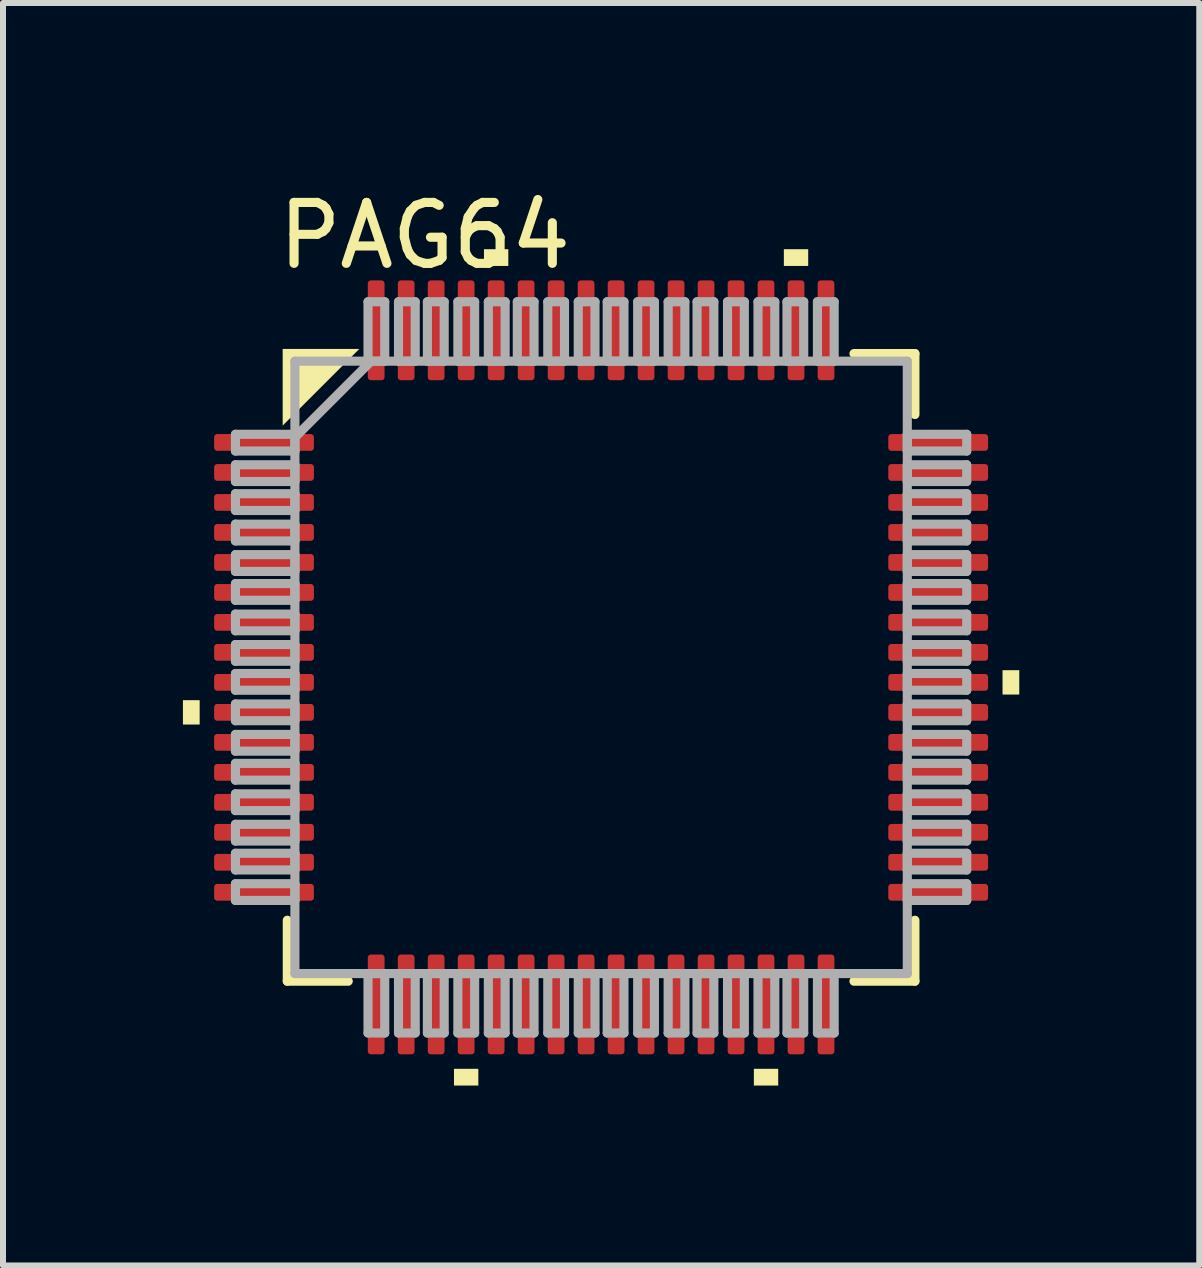
<source format=kicad_pcb>
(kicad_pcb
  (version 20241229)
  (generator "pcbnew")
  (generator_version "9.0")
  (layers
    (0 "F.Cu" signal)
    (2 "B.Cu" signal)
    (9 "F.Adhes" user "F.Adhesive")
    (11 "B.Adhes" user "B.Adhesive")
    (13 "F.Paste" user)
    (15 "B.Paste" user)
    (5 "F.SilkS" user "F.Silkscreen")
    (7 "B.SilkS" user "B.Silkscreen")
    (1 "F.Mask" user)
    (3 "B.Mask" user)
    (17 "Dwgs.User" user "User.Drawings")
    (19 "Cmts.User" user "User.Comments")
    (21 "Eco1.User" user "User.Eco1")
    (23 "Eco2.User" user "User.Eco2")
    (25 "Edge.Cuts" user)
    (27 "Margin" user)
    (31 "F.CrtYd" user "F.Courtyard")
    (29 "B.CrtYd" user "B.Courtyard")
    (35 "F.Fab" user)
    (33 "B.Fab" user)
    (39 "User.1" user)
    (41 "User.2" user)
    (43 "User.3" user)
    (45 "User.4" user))
  (footprint "PAG64"
    (layer "F.Cu")
    (at 6.972 8.077)
    (property "Reference" "PAG64" (at -5.461 -6.604 0) (layer "F.SilkS") (effects (font (size 1.016 1.016) (thickness 0.152)) (justify left bottom)))
    (attr smd)
    (fp_line (start -5.232 4.216) (end -5.232 5.232) (stroke (width 0.152) (type solid)) (layer "F.SilkS"))
    (fp_line (start -5.232 5.232) (end -4.216 5.232) (stroke (width 0.152) (type solid)) (layer "F.SilkS"))
    (fp_line (start 4.216 5.232) (end 5.232 5.232) (stroke (width 0.152) (type solid)) (layer "F.SilkS"))
    (fp_line (start 5.232 -5.232) (end 4.216 -5.232) (stroke (width 0.152) (type solid)) (layer "F.SilkS"))
    (fp_line (start 5.232 -4.216) (end 5.232 -5.232) (stroke (width 0.152) (type solid)) (layer "F.SilkS"))
    (fp_line (start 5.232 5.232) (end 5.232 4.216) (stroke (width 0.152) (type solid)) (layer "F.SilkS"))
    (fp_poly (pts (xy -5.309 -4.032) (xy -5.309 -5.309) (xy -4.032 -5.309)) (stroke (width 0) (type default)) (fill yes) (layer "F.SilkS"))
    (fp_poly (pts (xy -6.693 0.953) (xy -6.972 0.953) (xy -6.972 0.547) (xy -6.693 0.547)) (stroke (width 0) (type default)) (fill yes) (layer "F.SilkS"))
    (fp_poly (pts (xy -2.047 6.972) (xy -2.453 6.972) (xy -2.453 6.693) (xy -2.047 6.693)) (stroke (width 0) (type default)) (fill yes) (layer "F.SilkS"))
    (fp_poly (pts (xy -1.547 -6.693) (xy -1.953 -6.693) (xy -1.953 -6.972) (xy -1.547 -6.972)) (stroke (width 0) (type default)) (fill yes) (layer "F.SilkS"))
    (fp_poly (pts (xy 2.953 6.972) (xy 2.547 6.972) (xy 2.547 6.693) (xy 2.953 6.693)) (stroke (width 0) (type default)) (fill yes) (layer "F.SilkS"))
    (fp_poly (pts (xy 3.453 -6.693) (xy 3.047 -6.693) (xy 3.047 -6.972) (xy 3.453 -6.972)) (stroke (width 0) (type default)) (fill yes) (layer "F.SilkS"))
    (fp_poly (pts (xy 6.972 0.453) (xy 6.693 0.453) (xy 6.693 0.047) (xy 6.972 0.047)) (stroke (width 0) (type default)) (fill yes) (layer "F.SilkS"))
    (fp_line (start -6.096 -3.886) (end -6.096 -3.607) (stroke (width 0.152) (type solid)) (layer "F.Fab"))
    (fp_line (start -6.096 -3.607) (end -5.105 -3.607) (stroke (width 0.152) (type solid)) (layer "F.Fab"))
    (fp_line (start -6.096 -3.378) (end -6.096 -3.099) (stroke (width 0.152) (type solid)) (layer "F.Fab"))
    (fp_line (start -6.096 -3.099) (end -5.105 -3.099) (stroke (width 0.152) (type solid)) (layer "F.Fab"))
    (fp_line (start -6.096 -2.896) (end -6.096 -2.616) (stroke (width 0.152) (type solid)) (layer "F.Fab"))
    (fp_line (start -6.096 -2.616) (end -5.105 -2.616) (stroke (width 0.152) (type solid)) (layer "F.Fab"))
    (fp_line (start -6.096 -2.388) (end -6.096 -2.108) (stroke (width 0.152) (type solid)) (layer "F.Fab"))
    (fp_line (start -6.096 -2.108) (end -5.105 -2.108) (stroke (width 0.152) (type solid)) (layer "F.Fab"))
    (fp_line (start -6.096 -1.88) (end -6.096 -1.6) (stroke (width 0.152) (type solid)) (layer "F.Fab"))
    (fp_line (start -6.096 -1.6) (end -5.105 -1.6) (stroke (width 0.152) (type solid)) (layer "F.Fab"))
    (fp_line (start -6.096 -1.397) (end -6.096 -1.118) (stroke (width 0.152) (type solid)) (layer "F.Fab"))
    (fp_line (start -6.096 -1.118) (end -5.105 -1.118) (stroke (width 0.152) (type solid)) (layer "F.Fab"))
    (fp_line (start -6.096 -0.889) (end -6.096 -0.61) (stroke (width 0.152) (type solid)) (layer "F.Fab"))
    (fp_line (start -6.096 -0.61) (end -5.105 -0.61) (stroke (width 0.152) (type solid)) (layer "F.Fab"))
    (fp_line (start -6.096 -0.381) (end -6.096 -0.102) (stroke (width 0.152) (type solid)) (layer "F.Fab"))
    (fp_line (start -6.096 -0.102) (end -5.105 -0.102) (stroke (width 0.152) (type solid)) (layer "F.Fab"))
    (fp_line (start -6.096 0.102) (end -6.096 0.381) (stroke (width 0.152) (type solid)) (layer "F.Fab"))
    (fp_line (start -6.096 0.381) (end -5.105 0.381) (stroke (width 0.152) (type solid)) (layer "F.Fab"))
    (fp_line (start -6.096 0.61) (end -6.096 0.889) (stroke (width 0.152) (type solid)) (layer "F.Fab"))
    (fp_line (start -6.096 0.889) (end -5.105 0.889) (stroke (width 0.152) (type solid)) (layer "F.Fab"))
    (fp_line (start -6.096 1.118) (end -6.096 1.397) (stroke (width 0.152) (type solid)) (layer "F.Fab"))
    (fp_line (start -6.096 1.397) (end -5.105 1.397) (stroke (width 0.152) (type solid)) (layer "F.Fab"))
    (fp_line (start -6.096 1.6) (end -6.096 1.88) (stroke (width 0.152) (type solid)) (layer "F.Fab"))
    (fp_line (start -6.096 1.88) (end -5.105 1.88) (stroke (width 0.152) (type solid)) (layer "F.Fab"))
    (fp_line (start -6.096 2.108) (end -6.096 2.388) (stroke (width 0.152) (type solid)) (layer "F.Fab"))
    (fp_line (start -6.096 2.388) (end -5.105 2.388) (stroke (width 0.152) (type solid)) (layer "F.Fab"))
    (fp_line (start -6.096 2.616) (end -6.096 2.896) (stroke (width 0.152) (type solid)) (layer "F.Fab"))
    (fp_line (start -6.096 2.896) (end -5.105 2.896) (stroke (width 0.152) (type solid)) (layer "F.Fab"))
    (fp_line (start -6.096 3.099) (end -6.096 3.378) (stroke (width 0.152) (type solid)) (layer "F.Fab"))
    (fp_line (start -6.096 3.378) (end -5.105 3.378) (stroke (width 0.152) (type solid)) (layer "F.Fab"))
    (fp_line (start -6.096 3.607) (end -6.096 3.886) (stroke (width 0.152) (type solid)) (layer "F.Fab"))
    (fp_line (start -6.096 3.886) (end -5.105 3.886) (stroke (width 0.152) (type solid)) (layer "F.Fab"))
    (fp_line (start -5.105 -5.105) (end -5.105 5.105) (stroke (width 0.152) (type solid)) (layer "F.Fab"))
    (fp_line (start -5.105 -3.886) (end -6.096 -3.886) (stroke (width 0.152) (type solid)) (layer "F.Fab"))
    (fp_line (start -5.105 -3.835) (end -5.105 -3.886) (stroke (width 0.152) (type solid)) (layer "F.Fab"))
    (fp_line (start -5.105 -3.835) (end -3.835 -5.105) (stroke (width 0.152) (type solid)) (layer "F.Fab"))
    (fp_line (start -5.105 -3.607) (end -5.105 -3.835) (stroke (width 0.152) (type solid)) (layer "F.Fab"))
    (fp_line (start -5.105 -3.378) (end -6.096 -3.378) (stroke (width 0.152) (type solid)) (layer "F.Fab"))
    (fp_line (start -5.105 -3.099) (end -5.105 -3.378) (stroke (width 0.152) (type solid)) (layer "F.Fab"))
    (fp_line (start -5.105 -2.896) (end -6.096 -2.896) (stroke (width 0.152) (type solid)) (layer "F.Fab"))
    (fp_line (start -5.105 -2.616) (end -5.105 -2.896) (stroke (width 0.152) (type solid)) (layer "F.Fab"))
    (fp_line (start -5.105 -2.388) (end -6.096 -2.388) (stroke (width 0.152) (type solid)) (layer "F.Fab"))
    (fp_line (start -5.105 -2.108) (end -5.105 -2.388) (stroke (width 0.152) (type solid)) (layer "F.Fab"))
    (fp_line (start -5.105 -1.88) (end -6.096 -1.88) (stroke (width 0.152) (type solid)) (layer "F.Fab"))
    (fp_line (start -5.105 -1.6) (end -5.105 -1.88) (stroke (width 0.152) (type solid)) (layer "F.Fab"))
    (fp_line (start -5.105 -1.397) (end -6.096 -1.397) (stroke (width 0.152) (type solid)) (layer "F.Fab"))
    (fp_line (start -5.105 -1.118) (end -5.105 -1.397) (stroke (width 0.152) (type solid)) (layer "F.Fab"))
    (fp_line (start -5.105 -0.889) (end -6.096 -0.889) (stroke (width 0.152) (type solid)) (layer "F.Fab"))
    (fp_line (start -5.105 -0.61) (end -5.105 -0.889) (stroke (width 0.152) (type solid)) (layer "F.Fab"))
    (fp_line (start -5.105 -0.381) (end -6.096 -0.381) (stroke (width 0.152) (type solid)) (layer "F.Fab"))
    (fp_line (start -5.105 -0.102) (end -5.105 -0.381) (stroke (width 0.152) (type solid)) (layer "F.Fab"))
    (fp_line (start -5.105 0.102) (end -6.096 0.102) (stroke (width 0.152) (type solid)) (layer "F.Fab"))
    (fp_line (start -5.105 0.381) (end -5.105 0.102) (stroke (width 0.152) (type solid)) (layer "F.Fab"))
    (fp_line (start -5.105 0.61) (end -6.096 0.61) (stroke (width 0.152) (type solid)) (layer "F.Fab"))
    (fp_line (start -5.105 0.889) (end -5.105 0.61) (stroke (width 0.152) (type solid)) (layer "F.Fab"))
    (fp_line (start -5.105 1.118) (end -6.096 1.118) (stroke (width 0.152) (type solid)) (layer "F.Fab"))
    (fp_line (start -5.105 1.397) (end -5.105 1.118) (stroke (width 0.152) (type solid)) (layer "F.Fab"))
    (fp_line (start -5.105 1.6) (end -6.096 1.6) (stroke (width 0.152) (type solid)) (layer "F.Fab"))
    (fp_line (start -5.105 1.88) (end -5.105 1.6) (stroke (width 0.152) (type solid)) (layer "F.Fab"))
    (fp_line (start -5.105 2.108) (end -6.096 2.108) (stroke (width 0.152) (type solid)) (layer "F.Fab"))
    (fp_line (start -5.105 2.388) (end -5.105 2.108) (stroke (width 0.152) (type solid)) (layer "F.Fab"))
    (fp_line (start -5.105 2.616) (end -6.096 2.616) (stroke (width 0.152) (type solid)) (layer "F.Fab"))
    (fp_line (start -5.105 2.896) (end -5.105 2.616) (stroke (width 0.152) (type solid)) (layer "F.Fab"))
    (fp_line (start -5.105 3.099) (end -6.096 3.099) (stroke (width 0.152) (type solid)) (layer "F.Fab"))
    (fp_line (start -5.105 3.378) (end -5.105 3.099) (stroke (width 0.152) (type solid)) (layer "F.Fab"))
    (fp_line (start -5.105 3.607) (end -6.096 3.607) (stroke (width 0.152) (type solid)) (layer "F.Fab"))
    (fp_line (start -5.105 3.886) (end -5.105 3.607) (stroke (width 0.152) (type solid)) (layer "F.Fab"))
    (fp_line (start -5.105 5.105) (end 5.105 5.105) (stroke (width 0.152) (type solid)) (layer "F.Fab"))
    (fp_line (start -3.886 -6.096) (end -3.886 -5.105) (stroke (width 0.152) (type solid)) (layer "F.Fab"))
    (fp_line (start -3.886 -5.105) (end -3.835 -5.105) (stroke (width 0.152) (type solid)) (layer "F.Fab"))
    (fp_line (start -3.886 5.105) (end -3.886 6.096) (stroke (width 0.152) (type solid)) (layer "F.Fab"))
    (fp_line (start -3.886 6.096) (end -3.607 6.096) (stroke (width 0.152) (type solid)) (layer "F.Fab"))
    (fp_line (start -3.835 -5.105) (end -3.607 -5.105) (stroke (width 0.152) (type solid)) (layer "F.Fab"))
    (fp_line (start -3.607 -6.096) (end -3.886 -6.096) (stroke (width 0.152) (type solid)) (layer "F.Fab"))
    (fp_line (start -3.607 -5.105) (end -3.607 -6.096) (stroke (width 0.152) (type solid)) (layer "F.Fab"))
    (fp_line (start -3.607 5.105) (end -3.886 5.105) (stroke (width 0.152) (type solid)) (layer "F.Fab"))
    (fp_line (start -3.607 6.096) (end -3.607 5.105) (stroke (width 0.152) (type solid)) (layer "F.Fab"))
    (fp_line (start -3.378 -6.096) (end -3.378 -5.105) (stroke (width 0.152) (type solid)) (layer "F.Fab"))
    (fp_line (start -3.378 -5.105) (end -3.099 -5.105) (stroke (width 0.152) (type solid)) (layer "F.Fab"))
    (fp_line (start -3.378 5.105) (end -3.378 6.096) (stroke (width 0.152) (type solid)) (layer "F.Fab"))
    (fp_line (start -3.378 6.096) (end -3.099 6.096) (stroke (width 0.152) (type solid)) (layer "F.Fab"))
    (fp_line (start -3.099 -6.096) (end -3.378 -6.096) (stroke (width 0.152) (type solid)) (layer "F.Fab"))
    (fp_line (start -3.099 -5.105) (end -3.099 -6.096) (stroke (width 0.152) (type solid)) (layer "F.Fab"))
    (fp_line (start -3.099 5.105) (end -3.378 5.105) (stroke (width 0.152) (type solid)) (layer "F.Fab"))
    (fp_line (start -3.099 6.096) (end -3.099 5.105) (stroke (width 0.152) (type solid)) (layer "F.Fab"))
    (fp_line (start -2.896 -6.096) (end -2.896 -5.105) (stroke (width 0.152) (type solid)) (layer "F.Fab"))
    (fp_line (start -2.896 -5.105) (end -2.616 -5.105) (stroke (width 0.152) (type solid)) (layer "F.Fab"))
    (fp_line (start -2.896 5.105) (end -2.896 6.096) (stroke (width 0.152) (type solid)) (layer "F.Fab"))
    (fp_line (start -2.896 6.096) (end -2.616 6.096) (stroke (width 0.152) (type solid)) (layer "F.Fab"))
    (fp_line (start -2.616 -6.096) (end -2.896 -6.096) (stroke (width 0.152) (type solid)) (layer "F.Fab"))
    (fp_line (start -2.616 -5.105) (end -2.616 -6.096) (stroke (width 0.152) (type solid)) (layer "F.Fab"))
    (fp_line (start -2.616 5.105) (end -2.896 5.105) (stroke (width 0.152) (type solid)) (layer "F.Fab"))
    (fp_line (start -2.616 6.096) (end -2.616 5.105) (stroke (width 0.152) (type solid)) (layer "F.Fab"))
    (fp_line (start -2.388 -6.096) (end -2.388 -5.105) (stroke (width 0.152) (type solid)) (layer "F.Fab"))
    (fp_line (start -2.388 -5.105) (end -2.108 -5.105) (stroke (width 0.152) (type solid)) (layer "F.Fab"))
    (fp_line (start -2.388 5.105) (end -2.388 6.096) (stroke (width 0.152) (type solid)) (layer "F.Fab"))
    (fp_line (start -2.388 6.096) (end -2.108 6.096) (stroke (width 0.152) (type solid)) (layer "F.Fab"))
    (fp_line (start -2.108 -6.096) (end -2.388 -6.096) (stroke (width 0.152) (type solid)) (layer "F.Fab"))
    (fp_line (start -2.108 -5.105) (end -2.108 -6.096) (stroke (width 0.152) (type solid)) (layer "F.Fab"))
    (fp_line (start -2.108 5.105) (end -2.388 5.105) (stroke (width 0.152) (type solid)) (layer "F.Fab"))
    (fp_line (start -2.108 6.096) (end -2.108 5.105) (stroke (width 0.152) (type solid)) (layer "F.Fab"))
    (fp_line (start -1.88 -6.096) (end -1.88 -5.105) (stroke (width 0.152) (type solid)) (layer "F.Fab"))
    (fp_line (start -1.88 -5.105) (end -1.6 -5.105) (stroke (width 0.152) (type solid)) (layer "F.Fab"))
    (fp_line (start -1.88 5.105) (end -1.88 6.096) (stroke (width 0.152) (type solid)) (layer "F.Fab"))
    (fp_line (start -1.88 6.096) (end -1.6 6.096) (stroke (width 0.152) (type solid)) (layer "F.Fab"))
    (fp_line (start -1.6 -6.096) (end -1.88 -6.096) (stroke (width 0.152) (type solid)) (layer "F.Fab"))
    (fp_line (start -1.6 -5.105) (end -1.6 -6.096) (stroke (width 0.152) (type solid)) (layer "F.Fab"))
    (fp_line (start -1.6 5.105) (end -1.88 5.105) (stroke (width 0.152) (type solid)) (layer "F.Fab"))
    (fp_line (start -1.6 6.096) (end -1.6 5.105) (stroke (width 0.152) (type solid)) (layer "F.Fab"))
    (fp_line (start -1.397 -6.096) (end -1.397 -5.105) (stroke (width 0.152) (type solid)) (layer "F.Fab"))
    (fp_line (start -1.397 -5.105) (end -1.118 -5.105) (stroke (width 0.152) (type solid)) (layer "F.Fab"))
    (fp_line (start -1.397 5.105) (end -1.397 6.096) (stroke (width 0.152) (type solid)) (layer "F.Fab"))
    (fp_line (start -1.397 6.096) (end -1.118 6.096) (stroke (width 0.152) (type solid)) (layer "F.Fab"))
    (fp_line (start -1.118 -6.096) (end -1.397 -6.096) (stroke (width 0.152) (type solid)) (layer "F.Fab"))
    (fp_line (start -1.118 -5.105) (end -1.118 -6.096) (stroke (width 0.152) (type solid)) (layer "F.Fab"))
    (fp_line (start -1.118 5.105) (end -1.397 5.105) (stroke (width 0.152) (type solid)) (layer "F.Fab"))
    (fp_line (start -1.118 6.096) (end -1.118 5.105) (stroke (width 0.152) (type solid)) (layer "F.Fab"))
    (fp_line (start -0.889 -6.096) (end -0.889 -5.105) (stroke (width 0.152) (type solid)) (layer "F.Fab"))
    (fp_line (start -0.889 -5.105) (end -0.61 -5.105) (stroke (width 0.152) (type solid)) (layer "F.Fab"))
    (fp_line (start -0.889 5.105) (end -0.889 6.096) (stroke (width 0.152) (type solid)) (layer "F.Fab"))
    (fp_line (start -0.889 6.096) (end -0.61 6.096) (stroke (width 0.152) (type solid)) (layer "F.Fab"))
    (fp_line (start -0.61 -6.096) (end -0.889 -6.096) (stroke (width 0.152) (type solid)) (layer "F.Fab"))
    (fp_line (start -0.61 -5.105) (end -0.61 -6.096) (stroke (width 0.152) (type solid)) (layer "F.Fab"))
    (fp_line (start -0.61 5.105) (end -0.889 5.105) (stroke (width 0.152) (type solid)) (layer "F.Fab"))
    (fp_line (start -0.61 6.096) (end -0.61 5.105) (stroke (width 0.152) (type solid)) (layer "F.Fab"))
    (fp_line (start -0.381 -6.096) (end -0.381 -5.105) (stroke (width 0.152) (type solid)) (layer "F.Fab"))
    (fp_line (start -0.381 -5.105) (end -0.102 -5.105) (stroke (width 0.152) (type solid)) (layer "F.Fab"))
    (fp_line (start -0.381 5.105) (end -0.381 6.096) (stroke (width 0.152) (type solid)) (layer "F.Fab"))
    (fp_line (start -0.381 6.096) (end -0.102 6.096) (stroke (width 0.152) (type solid)) (layer "F.Fab"))
    (fp_line (start -0.102 -6.096) (end -0.381 -6.096) (stroke (width 0.152) (type solid)) (layer "F.Fab"))
    (fp_line (start -0.102 -5.105) (end -0.102 -6.096) (stroke (width 0.152) (type solid)) (layer "F.Fab"))
    (fp_line (start -0.102 5.105) (end -0.381 5.105) (stroke (width 0.152) (type solid)) (layer "F.Fab"))
    (fp_line (start -0.102 6.096) (end -0.102 5.105) (stroke (width 0.152) (type solid)) (layer "F.Fab"))
    (fp_line (start 0.102 -6.096) (end 0.102 -5.105) (stroke (width 0.152) (type solid)) (layer "F.Fab"))
    (fp_line (start 0.102 -5.105) (end 0.381 -5.105) (stroke (width 0.152) (type solid)) (layer "F.Fab"))
    (fp_line (start 0.102 5.105) (end 0.102 6.096) (stroke (width 0.152) (type solid)) (layer "F.Fab"))
    (fp_line (start 0.102 6.096) (end 0.381 6.096) (stroke (width 0.152) (type solid)) (layer "F.Fab"))
    (fp_line (start 0.381 -6.096) (end 0.102 -6.096) (stroke (width 0.152) (type solid)) (layer "F.Fab"))
    (fp_line (start 0.381 -5.105) (end 0.381 -6.096) (stroke (width 0.152) (type solid)) (layer "F.Fab"))
    (fp_line (start 0.381 5.105) (end 0.102 5.105) (stroke (width 0.152) (type solid)) (layer "F.Fab"))
    (fp_line (start 0.381 6.096) (end 0.381 5.105) (stroke (width 0.152) (type solid)) (layer "F.Fab"))
    (fp_line (start 0.61 -6.096) (end 0.61 -5.105) (stroke (width 0.152) (type solid)) (layer "F.Fab"))
    (fp_line (start 0.61 -5.105) (end 0.889 -5.105) (stroke (width 0.152) (type solid)) (layer "F.Fab"))
    (fp_line (start 0.61 5.105) (end 0.61 6.096) (stroke (width 0.152) (type solid)) (layer "F.Fab"))
    (fp_line (start 0.61 6.096) (end 0.889 6.096) (stroke (width 0.152) (type solid)) (layer "F.Fab"))
    (fp_line (start 0.889 -6.096) (end 0.61 -6.096) (stroke (width 0.152) (type solid)) (layer "F.Fab"))
    (fp_line (start 0.889 -5.105) (end 0.889 -6.096) (stroke (width 0.152) (type solid)) (layer "F.Fab"))
    (fp_line (start 0.889 5.105) (end 0.61 5.105) (stroke (width 0.152) (type solid)) (layer "F.Fab"))
    (fp_line (start 0.889 6.096) (end 0.889 5.105) (stroke (width 0.152) (type solid)) (layer "F.Fab"))
    (fp_line (start 1.118 -6.096) (end 1.118 -5.105) (stroke (width 0.152) (type solid)) (layer "F.Fab"))
    (fp_line (start 1.118 -5.105) (end 1.397 -5.105) (stroke (width 0.152) (type solid)) (layer "F.Fab"))
    (fp_line (start 1.118 5.105) (end 1.118 6.096) (stroke (width 0.152) (type solid)) (layer "F.Fab"))
    (fp_line (start 1.118 6.096) (end 1.397 6.096) (stroke (width 0.152) (type solid)) (layer "F.Fab"))
    (fp_line (start 1.397 -6.096) (end 1.118 -6.096) (stroke (width 0.152) (type solid)) (layer "F.Fab"))
    (fp_line (start 1.397 -5.105) (end 1.397 -6.096) (stroke (width 0.152) (type solid)) (layer "F.Fab"))
    (fp_line (start 1.397 5.105) (end 1.118 5.105) (stroke (width 0.152) (type solid)) (layer "F.Fab"))
    (fp_line (start 1.397 6.096) (end 1.397 5.105) (stroke (width 0.152) (type solid)) (layer "F.Fab"))
    (fp_line (start 1.6 -6.096) (end 1.6 -5.105) (stroke (width 0.152) (type solid)) (layer "F.Fab"))
    (fp_line (start 1.6 -5.105) (end 1.88 -5.105) (stroke (width 0.152) (type solid)) (layer "F.Fab"))
    (fp_line (start 1.6 5.105) (end 1.6 6.096) (stroke (width 0.152) (type solid)) (layer "F.Fab"))
    (fp_line (start 1.6 6.096) (end 1.88 6.096) (stroke (width 0.152) (type solid)) (layer "F.Fab"))
    (fp_line (start 1.88 -6.096) (end 1.6 -6.096) (stroke (width 0.152) (type solid)) (layer "F.Fab"))
    (fp_line (start 1.88 -5.105) (end 1.88 -6.096) (stroke (width 0.152) (type solid)) (layer "F.Fab"))
    (fp_line (start 1.88 5.105) (end 1.6 5.105) (stroke (width 0.152) (type solid)) (layer "F.Fab"))
    (fp_line (start 1.88 6.096) (end 1.88 5.105) (stroke (width 0.152) (type solid)) (layer "F.Fab"))
    (fp_line (start 2.108 -6.096) (end 2.108 -5.105) (stroke (width 0.152) (type solid)) (layer "F.Fab"))
    (fp_line (start 2.108 -5.105) (end 2.388 -5.105) (stroke (width 0.152) (type solid)) (layer "F.Fab"))
    (fp_line (start 2.108 5.105) (end 2.108 6.096) (stroke (width 0.152) (type solid)) (layer "F.Fab"))
    (fp_line (start 2.108 6.096) (end 2.388 6.096) (stroke (width 0.152) (type solid)) (layer "F.Fab"))
    (fp_line (start 2.388 -6.096) (end 2.108 -6.096) (stroke (width 0.152) (type solid)) (layer "F.Fab"))
    (fp_line (start 2.388 -5.105) (end 2.388 -6.096) (stroke (width 0.152) (type solid)) (layer "F.Fab"))
    (fp_line (start 2.388 5.105) (end 2.108 5.105) (stroke (width 0.152) (type solid)) (layer "F.Fab"))
    (fp_line (start 2.388 6.096) (end 2.388 5.105) (stroke (width 0.152) (type solid)) (layer "F.Fab"))
    (fp_line (start 2.616 -6.096) (end 2.616 -5.105) (stroke (width 0.152) (type solid)) (layer "F.Fab"))
    (fp_line (start 2.616 -5.105) (end 2.896 -5.105) (stroke (width 0.152) (type solid)) (layer "F.Fab"))
    (fp_line (start 2.616 5.105) (end 2.616 6.096) (stroke (width 0.152) (type solid)) (layer "F.Fab"))
    (fp_line (start 2.616 6.096) (end 2.896 6.096) (stroke (width 0.152) (type solid)) (layer "F.Fab"))
    (fp_line (start 2.896 -6.096) (end 2.616 -6.096) (stroke (width 0.152) (type solid)) (layer "F.Fab"))
    (fp_line (start 2.896 -5.105) (end 2.896 -6.096) (stroke (width 0.152) (type solid)) (layer "F.Fab"))
    (fp_line (start 2.896 5.105) (end 2.616 5.105) (stroke (width 0.152) (type solid)) (layer "F.Fab"))
    (fp_line (start 2.896 6.096) (end 2.896 5.105) (stroke (width 0.152) (type solid)) (layer "F.Fab"))
    (fp_line (start 3.099 -6.096) (end 3.099 -5.105) (stroke (width 0.152) (type solid)) (layer "F.Fab"))
    (fp_line (start 3.099 -5.105) (end 3.378 -5.105) (stroke (width 0.152) (type solid)) (layer "F.Fab"))
    (fp_line (start 3.099 5.105) (end 3.099 6.096) (stroke (width 0.152) (type solid)) (layer "F.Fab"))
    (fp_line (start 3.099 6.096) (end 3.378 6.096) (stroke (width 0.152) (type solid)) (layer "F.Fab"))
    (fp_line (start 3.378 -6.096) (end 3.099 -6.096) (stroke (width 0.152) (type solid)) (layer "F.Fab"))
    (fp_line (start 3.378 -5.105) (end 3.378 -6.096) (stroke (width 0.152) (type solid)) (layer "F.Fab"))
    (fp_line (start 3.378 5.105) (end 3.099 5.105) (stroke (width 0.152) (type solid)) (layer "F.Fab"))
    (fp_line (start 3.378 6.096) (end 3.378 5.105) (stroke (width 0.152) (type solid)) (layer "F.Fab"))
    (fp_line (start 3.607 -6.096) (end 3.607 -5.105) (stroke (width 0.152) (type solid)) (layer "F.Fab"))
    (fp_line (start 3.607 -5.105) (end 3.886 -5.105) (stroke (width 0.152) (type solid)) (layer "F.Fab"))
    (fp_line (start 3.607 5.105) (end 3.607 6.096) (stroke (width 0.152) (type solid)) (layer "F.Fab"))
    (fp_line (start 3.607 6.096) (end 3.886 6.096) (stroke (width 0.152) (type solid)) (layer "F.Fab"))
    (fp_line (start 3.886 -6.096) (end 3.607 -6.096) (stroke (width 0.152) (type solid)) (layer "F.Fab"))
    (fp_line (start 3.886 -5.105) (end 3.886 -6.096) (stroke (width 0.152) (type solid)) (layer "F.Fab"))
    (fp_line (start 3.886 5.105) (end 3.607 5.105) (stroke (width 0.152) (type solid)) (layer "F.Fab"))
    (fp_line (start 3.886 6.096) (end 3.886 5.105) (stroke (width 0.152) (type solid)) (layer "F.Fab"))
    (fp_line (start 5.105 -5.105) (end -5.105 -5.105) (stroke (width 0.152) (type solid)) (layer "F.Fab"))
    (fp_line (start 5.105 -3.886) (end 5.105 -3.607) (stroke (width 0.152) (type solid)) (layer "F.Fab"))
    (fp_line (start 5.105 -3.607) (end 6.096 -3.607) (stroke (width 0.152) (type solid)) (layer "F.Fab"))
    (fp_line (start 5.105 -3.378) (end 5.105 -3.099) (stroke (width 0.152) (type solid)) (layer "F.Fab"))
    (fp_line (start 5.105 -3.099) (end 6.096 -3.099) (stroke (width 0.152) (type solid)) (layer "F.Fab"))
    (fp_line (start 5.105 -2.896) (end 5.105 -2.616) (stroke (width 0.152) (type solid)) (layer "F.Fab"))
    (fp_line (start 5.105 -2.616) (end 6.096 -2.616) (stroke (width 0.152) (type solid)) (layer "F.Fab"))
    (fp_line (start 5.105 -2.388) (end 5.105 -2.108) (stroke (width 0.152) (type solid)) (layer "F.Fab"))
    (fp_line (start 5.105 -2.108) (end 6.096 -2.108) (stroke (width 0.152) (type solid)) (layer "F.Fab"))
    (fp_line (start 5.105 -1.88) (end 5.105 -1.6) (stroke (width 0.152) (type solid)) (layer "F.Fab"))
    (fp_line (start 5.105 -1.6) (end 6.096 -1.6) (stroke (width 0.152) (type solid)) (layer "F.Fab"))
    (fp_line (start 5.105 -1.397) (end 5.105 -1.118) (stroke (width 0.152) (type solid)) (layer "F.Fab"))
    (fp_line (start 5.105 -1.118) (end 6.096 -1.118) (stroke (width 0.152) (type solid)) (layer "F.Fab"))
    (fp_line (start 5.105 -0.889) (end 5.105 -0.61) (stroke (width 0.152) (type solid)) (layer "F.Fab"))
    (fp_line (start 5.105 -0.61) (end 6.096 -0.61) (stroke (width 0.152) (type solid)) (layer "F.Fab"))
    (fp_line (start 5.105 -0.381) (end 5.105 -0.102) (stroke (width 0.152) (type solid)) (layer "F.Fab"))
    (fp_line (start 5.105 -0.102) (end 6.096 -0.102) (stroke (width 0.152) (type solid)) (layer "F.Fab"))
    (fp_line (start 5.105 0.102) (end 5.105 0.381) (stroke (width 0.152) (type solid)) (layer "F.Fab"))
    (fp_line (start 5.105 0.381) (end 6.096 0.381) (stroke (width 0.152) (type solid)) (layer "F.Fab"))
    (fp_line (start 5.105 0.61) (end 5.105 0.889) (stroke (width 0.152) (type solid)) (layer "F.Fab"))
    (fp_line (start 5.105 0.889) (end 6.096 0.889) (stroke (width 0.152) (type solid)) (layer "F.Fab"))
    (fp_line (start 5.105 1.118) (end 5.105 1.397) (stroke (width 0.152) (type solid)) (layer "F.Fab"))
    (fp_line (start 5.105 1.397) (end 6.096 1.397) (stroke (width 0.152) (type solid)) (layer "F.Fab"))
    (fp_line (start 5.105 1.6) (end 5.105 1.88) (stroke (width 0.152) (type solid)) (layer "F.Fab"))
    (fp_line (start 5.105 1.88) (end 6.096 1.88) (stroke (width 0.152) (type solid)) (layer "F.Fab"))
    (fp_line (start 5.105 2.108) (end 5.105 2.388) (stroke (width 0.152) (type solid)) (layer "F.Fab"))
    (fp_line (start 5.105 2.388) (end 6.096 2.388) (stroke (width 0.152) (type solid)) (layer "F.Fab"))
    (fp_line (start 5.105 2.616) (end 5.105 2.896) (stroke (width 0.152) (type solid)) (layer "F.Fab"))
    (fp_line (start 5.105 2.896) (end 6.096 2.896) (stroke (width 0.152) (type solid)) (layer "F.Fab"))
    (fp_line (start 5.105 3.099) (end 5.105 3.378) (stroke (width 0.152) (type solid)) (layer "F.Fab"))
    (fp_line (start 5.105 3.378) (end 6.096 3.378) (stroke (width 0.152) (type solid)) (layer "F.Fab"))
    (fp_line (start 5.105 3.607) (end 5.105 3.886) (stroke (width 0.152) (type solid)) (layer "F.Fab"))
    (fp_line (start 5.105 3.886) (end 6.096 3.886) (stroke (width 0.152) (type solid)) (layer "F.Fab"))
    (fp_line (start 5.105 5.105) (end 5.105 -5.105) (stroke (width 0.152) (type solid)) (layer "F.Fab"))
    (fp_line (start 6.096 -3.886) (end 5.105 -3.886) (stroke (width 0.152) (type solid)) (layer "F.Fab"))
    (fp_line (start 6.096 -3.607) (end 6.096 -3.886) (stroke (width 0.152) (type solid)) (layer "F.Fab"))
    (fp_line (start 6.096 -3.378) (end 5.105 -3.378) (stroke (width 0.152) (type solid)) (layer "F.Fab"))
    (fp_line (start 6.096 -3.099) (end 6.096 -3.378) (stroke (width 0.152) (type solid)) (layer "F.Fab"))
    (fp_line (start 6.096 -2.896) (end 5.105 -2.896) (stroke (width 0.152) (type solid)) (layer "F.Fab"))
    (fp_line (start 6.096 -2.616) (end 6.096 -2.896) (stroke (width 0.152) (type solid)) (layer "F.Fab"))
    (fp_line (start 6.096 -2.388) (end 5.105 -2.388) (stroke (width 0.152) (type solid)) (layer "F.Fab"))
    (fp_line (start 6.096 -2.108) (end 6.096 -2.388) (stroke (width 0.152) (type solid)) (layer "F.Fab"))
    (fp_line (start 6.096 -1.88) (end 5.105 -1.88) (stroke (width 0.152) (type solid)) (layer "F.Fab"))
    (fp_line (start 6.096 -1.6) (end 6.096 -1.88) (stroke (width 0.152) (type solid)) (layer "F.Fab"))
    (fp_line (start 6.096 -1.397) (end 5.105 -1.397) (stroke (width 0.152) (type solid)) (layer "F.Fab"))
    (fp_line (start 6.096 -1.118) (end 6.096 -1.397) (stroke (width 0.152) (type solid)) (layer "F.Fab"))
    (fp_line (start 6.096 -0.889) (end 5.105 -0.889) (stroke (width 0.152) (type solid)) (layer "F.Fab"))
    (fp_line (start 6.096 -0.61) (end 6.096 -0.889) (stroke (width 0.152) (type solid)) (layer "F.Fab"))
    (fp_line (start 6.096 -0.381) (end 5.105 -0.381) (stroke (width 0.152) (type solid)) (layer "F.Fab"))
    (fp_line (start 6.096 -0.102) (end 6.096 -0.381) (stroke (width 0.152) (type solid)) (layer "F.Fab"))
    (fp_line (start 6.096 0.102) (end 5.105 0.102) (stroke (width 0.152) (type solid)) (layer "F.Fab"))
    (fp_line (start 6.096 0.381) (end 6.096 0.102) (stroke (width 0.152) (type solid)) (layer "F.Fab"))
    (fp_line (start 6.096 0.61) (end 5.105 0.61) (stroke (width 0.152) (type solid)) (layer "F.Fab"))
    (fp_line (start 6.096 0.889) (end 6.096 0.61) (stroke (width 0.152) (type solid)) (layer "F.Fab"))
    (fp_line (start 6.096 1.118) (end 5.105 1.118) (stroke (width 0.152) (type solid)) (layer "F.Fab"))
    (fp_line (start 6.096 1.397) (end 6.096 1.118) (stroke (width 0.152) (type solid)) (layer "F.Fab"))
    (fp_line (start 6.096 1.6) (end 5.105 1.6) (stroke (width 0.152) (type solid)) (layer "F.Fab"))
    (fp_line (start 6.096 1.88) (end 6.096 1.6) (stroke (width 0.152) (type solid)) (layer "F.Fab"))
    (fp_line (start 6.096 2.108) (end 5.105 2.108) (stroke (width 0.152) (type solid)) (layer "F.Fab"))
    (fp_line (start 6.096 2.388) (end 6.096 2.108) (stroke (width 0.152) (type solid)) (layer "F.Fab"))
    (fp_line (start 6.096 2.616) (end 5.105 2.616) (stroke (width 0.152) (type solid)) (layer "F.Fab"))
    (fp_line (start 6.096 2.896) (end 6.096 2.616) (stroke (width 0.152) (type solid)) (layer "F.Fab"))
    (fp_line (start 6.096 3.099) (end 5.105 3.099) (stroke (width 0.152) (type solid)) (layer "F.Fab"))
    (fp_line (start 6.096 3.378) (end 6.096 3.099) (stroke (width 0.152) (type solid)) (layer "F.Fab"))
    (fp_line (start 6.096 3.607) (end 5.105 3.607) (stroke (width 0.152) (type solid)) (layer "F.Fab"))
    (fp_line (start 6.096 3.886) (end 6.096 3.607) (stroke (width 0.152) (type solid)) (layer "F.Fab"))
    (pad "1" smd roundrect (at -5.62 -3.75 270) (size 0.279 1.664) (layers "F.Cu" "F.Mask" "F.Paste") (roundrect_rratio 0.182))
    (pad "2" smd roundrect (at -5.62 -3.25 270) (size 0.279 1.664) (layers "F.Cu" "F.Mask" "F.Paste") (roundrect_rratio 0.182))
    (pad "3" smd roundrect (at -5.62 -2.75 270) (size 0.279 1.664) (layers "F.Cu" "F.Mask" "F.Paste") (roundrect_rratio 0.182))
    (pad "4" smd roundrect (at -5.62 -2.25 270) (size 0.279 1.664) (layers "F.Cu" "F.Mask" "F.Paste") (roundrect_rratio 0.182))
    (pad "5" smd roundrect (at -5.62 -1.75 270) (size 0.279 1.664) (layers "F.Cu" "F.Mask" "F.Paste") (roundrect_rratio 0.182))
    (pad "6" smd roundrect (at -5.62 -1.25 270) (size 0.279 1.664) (layers "F.Cu" "F.Mask" "F.Paste") (roundrect_rratio 0.182))
    (pad "7" smd roundrect (at -5.62 -0.75 270) (size 0.279 1.664) (layers "F.Cu" "F.Mask" "F.Paste") (roundrect_rratio 0.182))
    (pad "8" smd roundrect (at -5.62 -0.25 270) (size 0.279 1.664) (layers "F.Cu" "F.Mask" "F.Paste") (roundrect_rratio 0.182))
    (pad "9" smd roundrect (at -5.62 0.25 270) (size 0.279 1.664) (layers "F.Cu" "F.Mask" "F.Paste") (roundrect_rratio 0.182))
    (pad "10" smd roundrect (at -5.62 0.75 270) (size 0.279 1.664) (layers "F.Cu" "F.Mask" "F.Paste") (roundrect_rratio 0.182))
    (pad "11" smd roundrect (at -5.62 1.25 270) (size 0.279 1.664) (layers "F.Cu" "F.Mask" "F.Paste") (roundrect_rratio 0.182))
    (pad "12" smd roundrect (at -5.62 1.75 270) (size 0.279 1.664) (layers "F.Cu" "F.Mask" "F.Paste") (roundrect_rratio 0.182))
    (pad "13" smd roundrect (at -5.62 2.25 270) (size 0.279 1.664) (layers "F.Cu" "F.Mask" "F.Paste") (roundrect_rratio 0.182))
    (pad "14" smd roundrect (at -5.62 2.75 270) (size 0.279 1.664) (layers "F.Cu" "F.Mask" "F.Paste") (roundrect_rratio 0.182))
    (pad "15" smd roundrect (at -5.62 3.25 270) (size 0.279 1.664) (layers "F.Cu" "F.Mask" "F.Paste") (roundrect_rratio 0.182))
    (pad "16" smd roundrect (at -5.62 3.75 270) (size 0.279 1.664) (layers "F.Cu" "F.Mask" "F.Paste") (roundrect_rratio 0.182))
    (pad "17" smd roundrect (at -3.75 5.62 180) (size 0.279 1.664) (layers "F.Cu" "F.Mask" "F.Paste") (roundrect_rratio 0.182))
    (pad "18" smd roundrect (at -3.25 5.62 180) (size 0.279 1.664) (layers "F.Cu" "F.Mask" "F.Paste") (roundrect_rratio 0.182))
    (pad "19" smd roundrect (at -2.75 5.62 180) (size 0.279 1.664) (layers "F.Cu" "F.Mask" "F.Paste") (roundrect_rratio 0.182))
    (pad "20" smd roundrect (at -2.25 5.62 180) (size 0.279 1.664) (layers "F.Cu" "F.Mask" "F.Paste") (roundrect_rratio 0.182))
    (pad "21" smd roundrect (at -1.75 5.62 180) (size 0.279 1.664) (layers "F.Cu" "F.Mask" "F.Paste") (roundrect_rratio 0.182))
    (pad "22" smd roundrect (at -1.25 5.62 180) (size 0.279 1.664) (layers "F.Cu" "F.Mask" "F.Paste") (roundrect_rratio 0.182))
    (pad "23" smd roundrect (at -0.75 5.62 180) (size 0.279 1.664) (layers "F.Cu" "F.Mask" "F.Paste") (roundrect_rratio 0.182))
    (pad "24" smd roundrect (at -0.25 5.62 180) (size 0.279 1.664) (layers "F.Cu" "F.Mask" "F.Paste") (roundrect_rratio 0.182))
    (pad "25" smd roundrect (at 0.25 5.62 180) (size 0.279 1.664) (layers "F.Cu" "F.Mask" "F.Paste") (roundrect_rratio 0.182))
    (pad "26" smd roundrect (at 0.75 5.62 180) (size 0.279 1.664) (layers "F.Cu" "F.Mask" "F.Paste") (roundrect_rratio 0.182))
    (pad "27" smd roundrect (at 1.25 5.62 180) (size 0.279 1.664) (layers "F.Cu" "F.Mask" "F.Paste") (roundrect_rratio 0.182))
    (pad "28" smd roundrect (at 1.75 5.62 180) (size 0.279 1.664) (layers "F.Cu" "F.Mask" "F.Paste") (roundrect_rratio 0.182))
    (pad "29" smd roundrect (at 2.25 5.62 180) (size 0.279 1.664) (layers "F.Cu" "F.Mask" "F.Paste") (roundrect_rratio 0.182))
    (pad "30" smd roundrect (at 2.75 5.62 180) (size 0.279 1.664) (layers "F.Cu" "F.Mask" "F.Paste") (roundrect_rratio 0.182))
    (pad "31" smd roundrect (at 3.25 5.62 180) (size 0.279 1.664) (layers "F.Cu" "F.Mask" "F.Paste") (roundrect_rratio 0.182))
    (pad "32" smd roundrect (at 3.75 5.62 180) (size 0.279 1.664) (layers "F.Cu" "F.Mask" "F.Paste") (roundrect_rratio 0.182))
    (pad "33" smd roundrect (at 5.62 3.75 270) (size 0.279 1.664) (layers "F.Cu" "F.Mask" "F.Paste") (roundrect_rratio 0.182))
    (pad "34" smd roundrect (at 5.62 3.25 270) (size 0.279 1.664) (layers "F.Cu" "F.Mask" "F.Paste") (roundrect_rratio 0.182))
    (pad "35" smd roundrect (at 5.62 2.75 270) (size 0.279 1.664) (layers "F.Cu" "F.Mask" "F.Paste") (roundrect_rratio 0.182))
    (pad "36" smd roundrect (at 5.62 2.25 270) (size 0.279 1.664) (layers "F.Cu" "F.Mask" "F.Paste") (roundrect_rratio 0.182))
    (pad "37" smd roundrect (at 5.62 1.75 270) (size 0.279 1.664) (layers "F.Cu" "F.Mask" "F.Paste") (roundrect_rratio 0.182))
    (pad "38" smd roundrect (at 5.62 1.25 270) (size 0.279 1.664) (layers "F.Cu" "F.Mask" "F.Paste") (roundrect_rratio 0.182))
    (pad "39" smd roundrect (at 5.62 0.75 270) (size 0.279 1.664) (layers "F.Cu" "F.Mask" "F.Paste") (roundrect_rratio 0.182))
    (pad "40" smd roundrect (at 5.62 0.25 270) (size 0.279 1.664) (layers "F.Cu" "F.Mask" "F.Paste") (roundrect_rratio 0.182))
    (pad "41" smd roundrect (at 5.62 -0.25 270) (size 0.279 1.664) (layers "F.Cu" "F.Mask" "F.Paste") (roundrect_rratio 0.182))
    (pad "42" smd roundrect (at 5.62 -0.75 270) (size 0.279 1.664) (layers "F.Cu" "F.Mask" "F.Paste") (roundrect_rratio 0.182))
    (pad "43" smd roundrect (at 5.62 -1.25 270) (size 0.279 1.664) (layers "F.Cu" "F.Mask" "F.Paste") (roundrect_rratio 0.182))
    (pad "44" smd roundrect (at 5.62 -1.75 270) (size 0.279 1.664) (layers "F.Cu" "F.Mask" "F.Paste") (roundrect_rratio 0.182))
    (pad "45" smd roundrect (at 5.62 -2.25 270) (size 0.279 1.664) (layers "F.Cu" "F.Mask" "F.Paste") (roundrect_rratio 0.182))
    (pad "46" smd roundrect (at 5.62 -2.75 270) (size 0.279 1.664) (layers "F.Cu" "F.Mask" "F.Paste") (roundrect_rratio 0.182))
    (pad "47" smd roundrect (at 5.62 -3.25 270) (size 0.279 1.664) (layers "F.Cu" "F.Mask" "F.Paste") (roundrect_rratio 0.182))
    (pad "48" smd roundrect (at 5.62 -3.75 270) (size 0.279 1.664) (layers "F.Cu" "F.Mask" "F.Paste") (roundrect_rratio 0.182))
    (pad "49" smd roundrect (at 3.75 -5.62 180) (size 0.279 1.664) (layers "F.Cu" "F.Mask" "F.Paste") (roundrect_rratio 0.182))
    (pad "50" smd roundrect (at 3.25 -5.62 180) (size 0.279 1.664) (layers "F.Cu" "F.Mask" "F.Paste") (roundrect_rratio 0.182))
    (pad "51" smd roundrect (at 2.75 -5.62 180) (size 0.279 1.664) (layers "F.Cu" "F.Mask" "F.Paste") (roundrect_rratio 0.182))
    (pad "52" smd roundrect (at 2.25 -5.62 180) (size 0.279 1.664) (layers "F.Cu" "F.Mask" "F.Paste") (roundrect_rratio 0.182))
    (pad "53" smd roundrect (at 1.75 -5.62 180) (size 0.279 1.664) (layers "F.Cu" "F.Mask" "F.Paste") (roundrect_rratio 0.182))
    (pad "54" smd roundrect (at 1.25 -5.62 180) (size 0.279 1.664) (layers "F.Cu" "F.Mask" "F.Paste") (roundrect_rratio 0.182))
    (pad "55" smd roundrect (at 0.75 -5.62 180) (size 0.279 1.664) (layers "F.Cu" "F.Mask" "F.Paste") (roundrect_rratio 0.182))
    (pad "56" smd roundrect (at 0.25 -5.62 180) (size 0.279 1.664) (layers "F.Cu" "F.Mask" "F.Paste") (roundrect_rratio 0.182))
    (pad "57" smd roundrect (at -0.25 -5.62 180) (size 0.279 1.664) (layers "F.Cu" "F.Mask" "F.Paste") (roundrect_rratio 0.182))
    (pad "58" smd roundrect (at -0.75 -5.62 180) (size 0.279 1.664) (layers "F.Cu" "F.Mask" "F.Paste") (roundrect_rratio 0.182))
    (pad "59" smd roundrect (at -1.25 -5.62 180) (size 0.279 1.664) (layers "F.Cu" "F.Mask" "F.Paste") (roundrect_rratio 0.182))
    (pad "60" smd roundrect (at -1.75 -5.62 180) (size 0.279 1.664) (layers "F.Cu" "F.Mask" "F.Paste") (roundrect_rratio 0.182))
    (pad "61" smd roundrect (at -2.25 -5.62 180) (size 0.279 1.664) (layers "F.Cu" "F.Mask" "F.Paste") (roundrect_rratio 0.182))
    (pad "62" smd roundrect (at -2.75 -5.62 180) (size 0.279 1.664) (layers "F.Cu" "F.Mask" "F.Paste") (roundrect_rratio 0.182))
    (pad "63" smd roundrect (at -3.25 -5.62 180) (size 0.279 1.664) (layers "F.Cu" "F.Mask" "F.Paste") (roundrect_rratio 0.182))
    (pad "64" smd roundrect (at -3.75 -5.62 180) (size 0.279 1.664) (layers "F.Cu" "F.Mask" "F.Paste") (roundrect_rratio 0.182)))
  (gr_rect
    (start -3 -3)
    (end 16.945 18.049)
    (stroke (width 0.1) (type default))
    (fill no)
    (layer "Edge.Cuts")))
</source>
